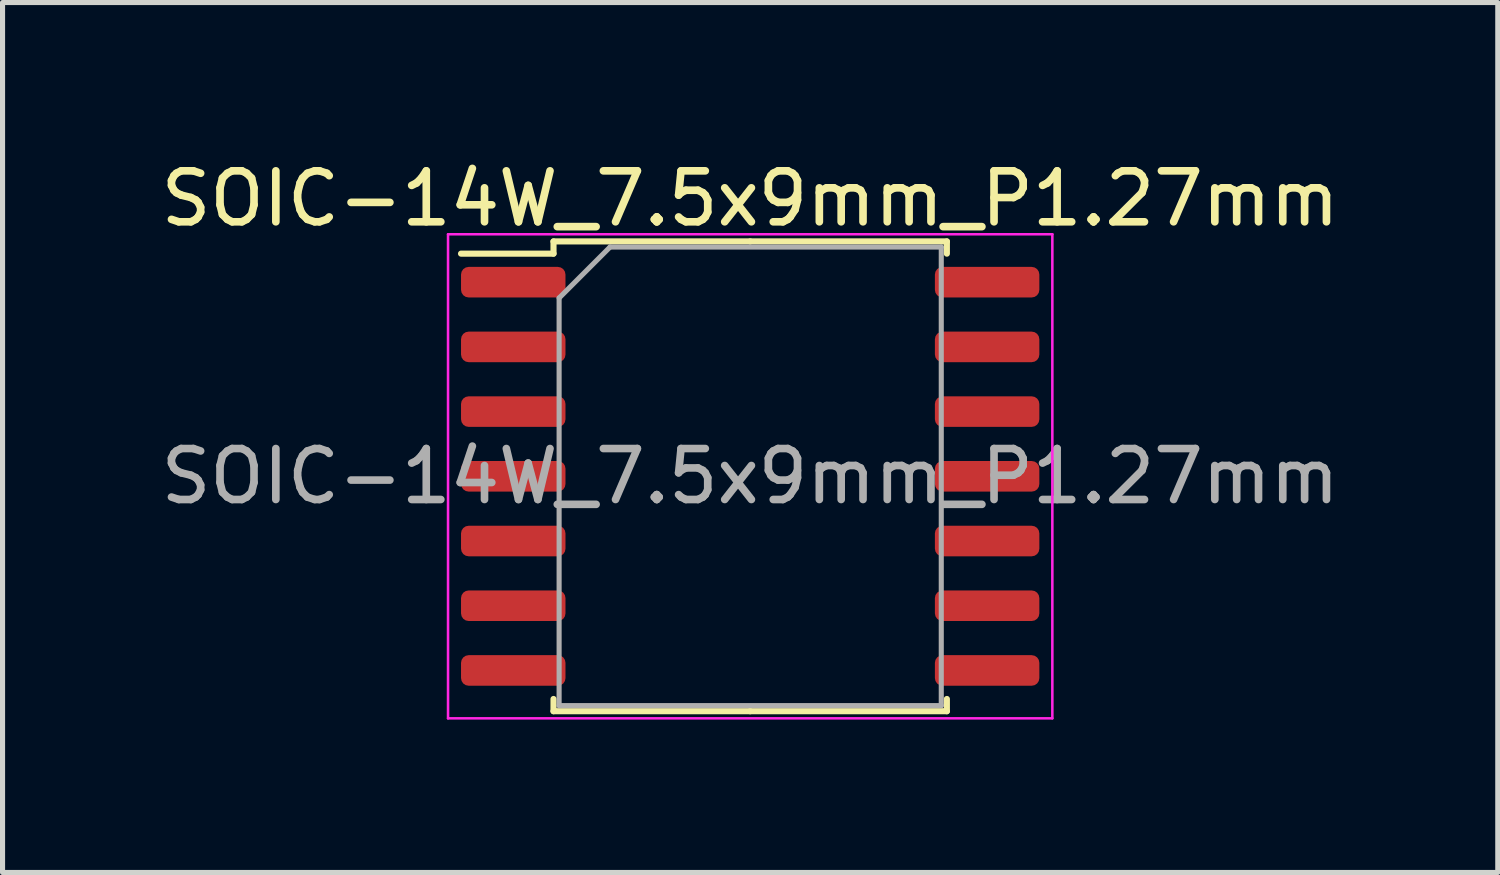
<source format=kicad_pcb>
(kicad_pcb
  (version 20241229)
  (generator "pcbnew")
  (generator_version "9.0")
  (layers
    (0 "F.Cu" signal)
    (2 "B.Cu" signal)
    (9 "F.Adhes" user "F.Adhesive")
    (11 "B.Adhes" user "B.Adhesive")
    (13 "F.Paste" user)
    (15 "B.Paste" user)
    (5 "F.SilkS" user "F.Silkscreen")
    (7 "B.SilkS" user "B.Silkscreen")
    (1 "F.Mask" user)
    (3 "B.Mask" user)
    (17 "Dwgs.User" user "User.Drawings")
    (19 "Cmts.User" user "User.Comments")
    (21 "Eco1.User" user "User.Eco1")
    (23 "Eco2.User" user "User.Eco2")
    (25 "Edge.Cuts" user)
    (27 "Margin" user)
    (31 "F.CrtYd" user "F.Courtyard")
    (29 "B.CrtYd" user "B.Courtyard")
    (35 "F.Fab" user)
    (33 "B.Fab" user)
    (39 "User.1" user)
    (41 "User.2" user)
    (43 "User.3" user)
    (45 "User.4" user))
  (footprint "SOIC-14W_7.5x9mm_P1.27mm"
    (layer "F.Cu")
    (at 11.673 6.298)
    (property "Reference" "SOIC-14W_7.5x9mm_P1.27mm" (at 0 -5.45 0) (layer "F.SilkS") (effects (font (size 1 1) (thickness 0.15))))
    (attr smd)
    (fp_line (start -3.86 -4.61) (end -3.86 -4.37) (stroke (width 0.12) (type solid)) (layer "F.SilkS"))
    (fp_line (start -3.86 -4.37) (end -5.675 -4.37) (stroke (width 0.12) (type solid)) (layer "F.SilkS"))
    (fp_line (start -3.86 4.61) (end -3.86 4.37) (stroke (width 0.12) (type solid)) (layer "F.SilkS"))
    (fp_line (start 0 -4.61) (end -3.86 -4.61) (stroke (width 0.12) (type solid)) (layer "F.SilkS"))
    (fp_line (start 0 -4.61) (end 3.86 -4.61) (stroke (width 0.12) (type solid)) (layer "F.SilkS"))
    (fp_line (start 0 4.61) (end -3.86 4.61) (stroke (width 0.12) (type solid)) (layer "F.SilkS"))
    (fp_line (start 0 4.61) (end 3.86 4.61) (stroke (width 0.12) (type solid)) (layer "F.SilkS"))
    (fp_line (start 3.86 -4.61) (end 3.86 -4.37) (stroke (width 0.12) (type solid)) (layer "F.SilkS"))
    (fp_line (start 3.86 4.61) (end 3.86 4.37) (stroke (width 0.12) (type solid)) (layer "F.SilkS"))
    (fp_line (start -5.93 -4.75) (end -5.93 4.75) (stroke (width 0.05) (type solid)) (layer "F.CrtYd"))
    (fp_line (start -5.93 4.75) (end 5.93 4.75) (stroke (width 0.05) (type solid)) (layer "F.CrtYd"))
    (fp_line (start 5.93 -4.75) (end -5.93 -4.75) (stroke (width 0.05) (type solid)) (layer "F.CrtYd"))
    (fp_line (start 5.93 4.75) (end 5.93 -4.75) (stroke (width 0.05) (type solid)) (layer "F.CrtYd"))
    (fp_line (start -3.75 -3.5) (end -2.75 -4.5) (stroke (width 0.1) (type solid)) (layer "F.Fab"))
    (fp_line (start -3.75 4.5) (end -3.75 -3.5) (stroke (width 0.1) (type solid)) (layer "F.Fab"))
    (fp_line (start -2.75 -4.5) (end 3.75 -4.5) (stroke (width 0.1) (type solid)) (layer "F.Fab"))
    (fp_line (start 3.75 -4.5) (end 3.75 4.5) (stroke (width 0.1) (type solid)) (layer "F.Fab"))
    (fp_line (start 3.75 4.5) (end -3.75 4.5) (stroke (width 0.1) (type solid)) (layer "F.Fab"))
    (fp_text user "${REFERENCE}" (at 0 0 0) (layer "F.Fab") (effects (font (size 1 1) (thickness 0.15))))
    (pad "1" smd roundrect (at -4.65 -3.81) (size 2.05 0.6) (layers "F.Cu" "F.Mask" "F.Paste") (roundrect_rratio 0.25))
    (pad "2" smd roundrect (at -4.65 -2.54) (size 2.05 0.6) (layers "F.Cu" "F.Mask" "F.Paste") (roundrect_rratio 0.25))
    (pad "3" smd roundrect (at -4.65 -1.27) (size 2.05 0.6) (layers "F.Cu" "F.Mask" "F.Paste") (roundrect_rratio 0.25))
    (pad "4" smd roundrect (at -4.65 0) (size 2.05 0.6) (layers "F.Cu" "F.Mask" "F.Paste") (roundrect_rratio 0.25))
    (pad "5" smd roundrect (at -4.65 1.27) (size 2.05 0.6) (layers "F.Cu" "F.Mask" "F.Paste") (roundrect_rratio 0.25))
    (pad "6" smd roundrect (at -4.65 2.54) (size 2.05 0.6) (layers "F.Cu" "F.Mask" "F.Paste") (roundrect_rratio 0.25))
    (pad "7" smd roundrect (at -4.65 3.81) (size 2.05 0.6) (layers "F.Cu" "F.Mask" "F.Paste") (roundrect_rratio 0.25))
    (pad "8" smd roundrect (at 4.65 3.81) (size 2.05 0.6) (layers "F.Cu" "F.Mask" "F.Paste") (roundrect_rratio 0.25))
    (pad "9" smd roundrect (at 4.65 2.54) (size 2.05 0.6) (layers "F.Cu" "F.Mask" "F.Paste") (roundrect_rratio 0.25))
    (pad "10" smd roundrect (at 4.65 1.27) (size 2.05 0.6) (layers "F.Cu" "F.Mask" "F.Paste") (roundrect_rratio 0.25))
    (pad "11" smd roundrect (at 4.65 0) (size 2.05 0.6) (layers "F.Cu" "F.Mask" "F.Paste") (roundrect_rratio 0.25))
    (pad "12" smd roundrect (at 4.65 -1.27) (size 2.05 0.6) (layers "F.Cu" "F.Mask" "F.Paste") (roundrect_rratio 0.25))
    (pad "13" smd roundrect (at 4.65 -2.54) (size 2.05 0.6) (layers "F.Cu" "F.Mask" "F.Paste") (roundrect_rratio 0.25))
    (pad "14" smd roundrect (at 4.65 -3.81) (size 2.05 0.6) (layers "F.Cu" "F.Mask" "F.Paste") (roundrect_rratio 0.25)))
  (gr_rect
    (start -3 -3)
    (end 26.345 14.073)
    (stroke (width 0.1) (type default))
    (fill no)
    (layer "Edge.Cuts")))
</source>
